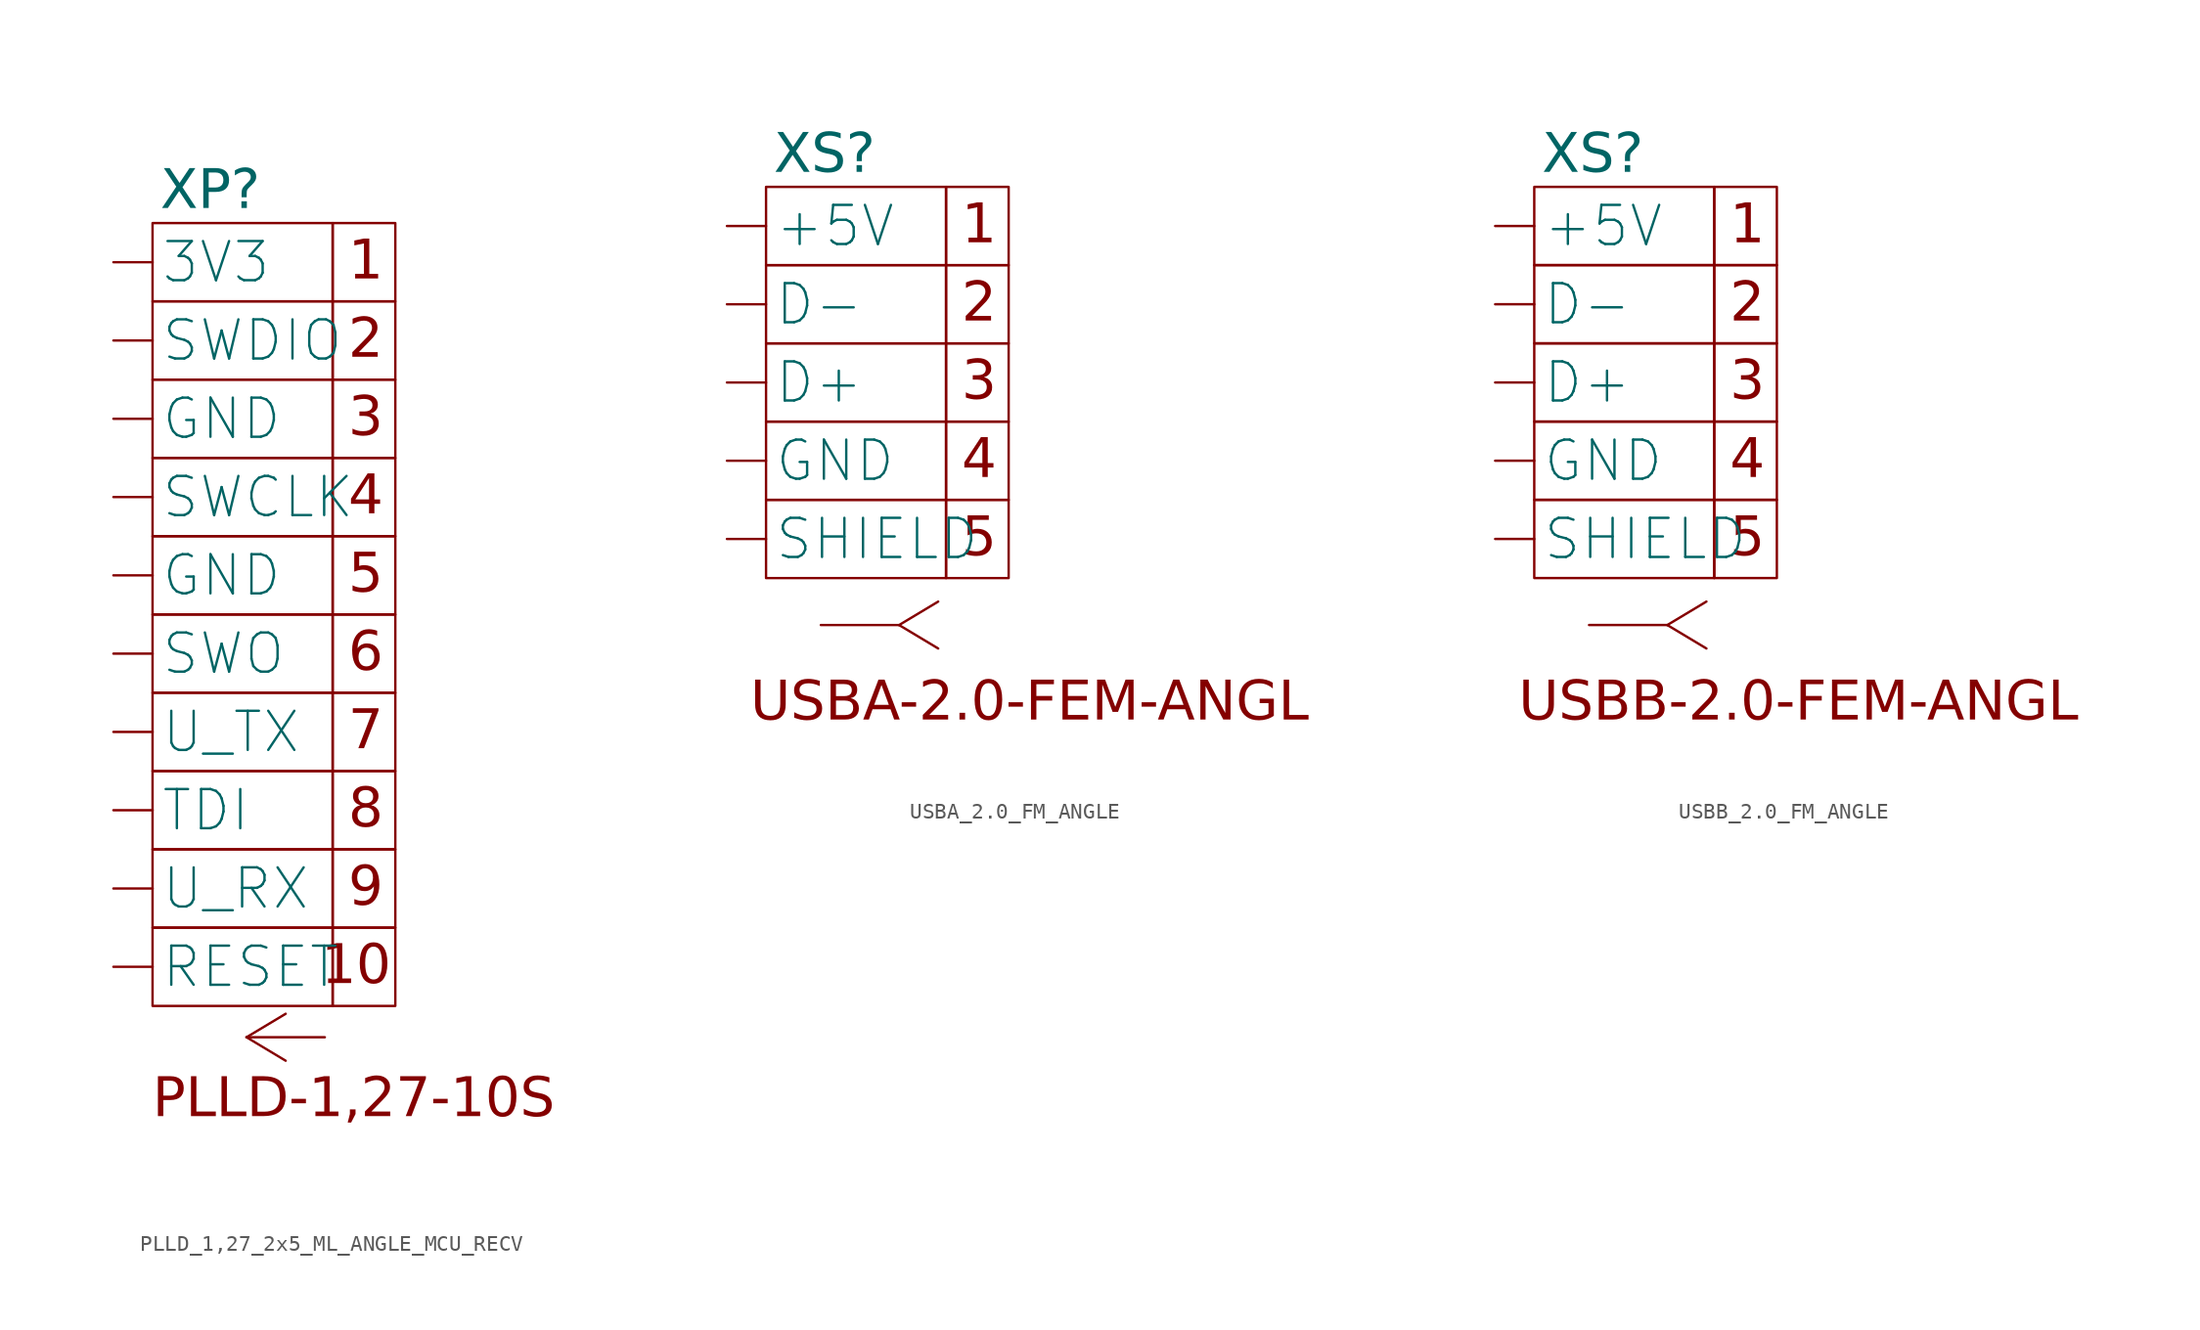
<source format=kicad_sym>
(kicad_symbol_lib
  (version 20220914)
  (generator kicad_symbol_editor)
  (symbol "PLLD_1,27_2x5_ML_ANGLE_MCU_RECV"
    (pin_numbers hide)
    (pin_names
      (offset 0.5))
    (property "Reference" "XP"
      (at 3 4.5 0)
      (effects (font (face "GOST type A") (size 2.5 2.5) italic) (justify left)))
    (property "Value" ""
      (at 0 0 0)
      (effects (font (size 1.27 1.27))))
    (symbol "PLLD_1,27_2x5_ML_ANGLE_MCU_RECV_0_1"
      (polyline (pts (xy 13.5 -49.5) (xy 8.5 -49.5)) (stroke (width 0) (type default)) (fill (type none))))
    (symbol "PLLD_1,27_2x5_ML_ANGLE_MCU_RECV_1_1"
      (polyline (pts (xy 8.5 -49.5) (xy 11 -51)) (stroke (width 0) (type default)) (fill (type none)))
      (polyline (pts (xy 8.5 -49.5) (xy 11 -48)) (stroke (width 0) (type default)) (fill (type none)))
      (rectangle (start 2.5 -42.5) (end 14 -47.5) (stroke (width 0) (type default)) (fill (type none)))
      (rectangle (start 2.5 -37.5) (end 14 -42.5) (stroke (width 0) (type default)) (fill (type none)))
      (rectangle (start 2.5 -32.5) (end 14 -37.5) (stroke (width 0) (type default)) (fill (type none)))
      (rectangle (start 2.5 -27.5) (end 14 -32.5) (stroke (width 0) (type default)) (fill (type none)))
      (rectangle (start 2.5 -22.5) (end 14 -27.5) (stroke (width 0) (type default)) (fill (type none)))
      (rectangle (start 2.5 -17.5) (end 14 -22.5) (stroke (width 0) (type default)) (fill (type none)))
      (rectangle (start 2.5 -12.5) (end 14 -17.5) (stroke (width 0) (type default)) (fill (type none)))
      (rectangle (start 2.5 -7.5) (end 14 -12.5) (stroke (width 0) (type default)) (fill (type none)))
      (rectangle (start 2.5 -2.5) (end 14 -7.5) (stroke (width 0) (type default)) (fill (type none)))
      (rectangle (start 2.5 2.5) (end 14 -2.5) (stroke (width 0) (type default)) (fill (type none)))
      (rectangle (start 14 -42.5) (end 18 -47.5) (stroke (width 0) (type default)) (fill (type none)))
      (rectangle (start 14 -37.5) (end 18 -42.5) (stroke (width 0) (type default)) (fill (type none)))
      (rectangle (start 14 -32.5) (end 18 -37.5) (stroke (width 0) (type default)) (fill (type none)))
      (rectangle (start 14 -27.5) (end 18 -32.5) (stroke (width 0) (type default)) (fill (type none)))
      (rectangle (start 14 -22.5) (end 18 -27.5) (stroke (width 0) (type default)) (fill (type none)))
      (rectangle (start 14 -17.5) (end 18 -22.5) (stroke (width 0) (type default)) (fill (type none)))
      (rectangle (start 14 -12.5) (end 18 -17.5) (stroke (width 0) (type default)) (fill (type none)))
      (rectangle (start 14 -7.5) (end 18 -12.5) (stroke (width 0) (type default)) (fill (type none)))
      (rectangle (start 14 -2.5) (end 18 -7.5) (stroke (width 0) (type default)) (fill (type none)))
      (rectangle (start 14 2.5) (end 18 -2.5) (stroke (width 0) (type default)) (fill (type none)))
      (text "1" (at 15 0 0) (effects (font (face "GOST type A") (size 2.5 2.5) italic) (justify left)))
      (text "10\n" (at 15.5 -45 0) (effects (font (face "GOST type A") (size 2.5 2.5) italic)))
      (text "2" (at 15 -5 0) (effects (font (face "GOST type A") (size 2.5 2.5) italic) (justify left)))
      (text "3" (at 15 -10 0) (effects (font (face "GOST type A") (size 2.5 2.5) italic) (justify left)))
      (text "4" (at 15 -15 0) (effects (font (face "GOST type A") (size 2.5 2.5) italic) (justify left)))
      (text "5" (at 15 -20 0) (effects (font (face "GOST type A") (size 2.5 2.5) italic) (justify left)))
      (text "6" (at 15 -25 0) (effects (font (face "GOST type A") (size 2.5 2.5) italic) (justify left)))
      (text "7" (at 15 -30 0) (effects (font (face "GOST type A") (size 2.5 2.5) italic) (justify left)))
      (text "8" (at 15 -35 0) (effects (font (face "GOST type A") (size 2.5 2.5) italic) (justify left)))
      (text "9" (at 15 -40 0) (effects (font (face "GOST type A") (size 2.5 2.5) italic) (justify left)))
      (text "PLLD-1,27-10S" (at 2.5 -53.5 0) (effects (font (face "GOST type A") (size 2.5 2.5) italic) (justify left)))
      (pin power_out line (at 0 0 0) (length 2.5) (name "3V3" (effects (font (size 2.5 2.5)))) (number "1" (effects (font (size 2.5 2.5)))))
      (pin passive line (at 0 -45 0) (length 2.5) (name "RESET" (effects (font (size 2.5 2.5)))) (number "10" (effects (font (size 2.5 2.5)))))
      (pin passive line (at 0 -5 0) (length 2.5) (name "SWDIO" (effects (font (size 2.5 2.5)))) (number "2" (effects (font (size 2.5 2.5)))))
      (pin power_in line (at 0 -10 0) (length 2.5) (name "GND" (effects (font (size 2.5 2.5)))) (number "3" (effects (font (size 2.5 2.5)))))
      (pin passive line (at 0 -15 0) (length 2.5) (name "SWCLK" (effects (font (size 2.5 2.5)))) (number "4" (effects (font (size 2.5 2.5)))))
      (pin power_in line (at 0 -20 0) (length 2.5) (name "GND" (effects (font (size 2.5 2.5)))) (number "5" (effects (font (size 2.5 2.5)))))
      (pin passive line (at 0 -25 0) (length 2.5) (name "SWO" (effects (font (size 2.5 2.5)))) (number "6" (effects (font (size 2.5 2.5)))))
      (pin passive line (at 0 -30 0) (length 2.5) (name "U_TX" (effects (font (size 2.5 2.5)))) (number "7" (effects (font (size 2.5 2.5)))))
      (pin passive line (at 0 -35 0) (length 2.5) (name "TDI" (effects (font (size 2.5 2.5)))) (number "8" (effects (font (size 2.5 2.5)))))
      (pin passive line (at 0 -40 0) (length 2.5) (name "U_RX" (effects (font (size 2.5 2.5)))) (number "9" (effects (font (size 2.5 2.5)))))))
  (symbol "USBA_2.0_FM_ANGLE"
    (pin_numbers hide)
    (pin_names
      (offset 0.5))
    (property "Reference" "XS"
      (at 3 4.5 0)
      (effects (font (face "GOST type A") (size 2.5 2.5) italic) (justify left)))
    (property "Value" ""
      (at 0 0 0)
      (effects (font (size 1.27 1.27))))
    (symbol "USBA_2.0_FM_ANGLE_0_1"
      (polyline (pts (xy 11 -25.5) (xy 6 -25.5)) (stroke (width 0) (type default)) (fill (type none))))
    (symbol "USBA_2.0_FM_ANGLE_1_1"
      (polyline (pts (xy 11 -25.5) (xy 13.5 -27)) (stroke (width 0) (type default)) (fill (type none)))
      (polyline (pts (xy 11 -25.5) (xy 13.5 -24)) (stroke (width 0) (type default)) (fill (type none)))
      (rectangle (start 2.5 -17.5) (end 14 -22.5) (stroke (width 0) (type default)) (fill (type none)))
      (rectangle (start 2.5 -12.5) (end 14 -17.5) (stroke (width 0) (type default)) (fill (type none)))
      (rectangle (start 2.5 -7.5) (end 14 -12.5) (stroke (width 0) (type default)) (fill (type none)))
      (rectangle (start 2.5 -2.5) (end 14 -7.5) (stroke (width 0) (type default)) (fill (type none)))
      (rectangle (start 2.5 2.5) (end 14 -2.5) (stroke (width 0) (type default)) (fill (type none)))
      (rectangle (start 14 -17.5) (end 18 -22.5) (stroke (width 0) (type default)) (fill (type none)))
      (rectangle (start 14 -12.5) (end 18 -17.5) (stroke (width 0) (type default)) (fill (type none)))
      (rectangle (start 14 -7.5) (end 18 -12.5) (stroke (width 0) (type default)) (fill (type none)))
      (rectangle (start 14 -2.5) (end 18 -7.5) (stroke (width 0) (type default)) (fill (type none)))
      (rectangle (start 14 2.5) (end 18 -2.5) (stroke (width 0) (type default)) (fill (type none)))
      (text "1" (at 15 0 0) (effects (font (face "GOST type A") (size 2.5 2.5) italic) (justify left)))
      (text "2" (at 15 -5 0) (effects (font (face "GOST type A") (size 2.5 2.5) italic) (justify left)))
      (text "3" (at 15 -10 0) (effects (font (face "GOST type A") (size 2.5 2.5) italic) (justify left)))
      (text "4" (at 15 -15 0) (effects (font (face "GOST type A") (size 2.5 2.5) italic) (justify left)))
      (text "5" (at 15 -20 0) (effects (font (face "GOST type A") (size 2.5 2.5) italic) (justify left)))
      (text "USBA-2.0-FEM-ANGL" (at 1.5 -30.5 0) (effects (font (face "GOST type A") (size 2.5 2.5) italic) (justify left)))
      (pin power_in line (at 0 0 0) (length 2.5) (name "+5V" (effects (font (size 2.5 2.5)))) (number "1" (effects (font (size 2.5 2.5)))))
      (pin passive line (at 0 -5 0) (length 2.5) (name "D-" (effects (font (size 2.5 2.5)))) (number "2" (effects (font (size 2.5 2.5)))))
      (pin passive line (at 0 -10 0) (length 2.5) (name "D+" (effects (font (size 2.5 2.5)))) (number "3" (effects (font (size 2.5 2.5)))))
      (pin power_in line (at 0 -15 0) (length 2.5) (name "GND" (effects (font (size 2.5 2.5)))) (number "4" (effects (font (size 2.5 2.5)))))
      (pin passive line (at 0 -20 0) (length 2.5) (name "SHIELD" (effects (font (size 2.5 2.5)))) (number "5" (effects (font (size 2.5 2.5)))))))
  (symbol "USBB_2.0_FM_ANGLE"
    (pin_numbers hide)
    (pin_names
      (offset 0.5))
    (property "Reference" "XS"
      (at 3 4.5 0)
      (effects (font (face "GOST type A") (size 2.5 2.5) italic) (justify left)))
    (property "Value" ""
      (at 0 0 0)
      (effects (font (size 1.27 1.27))))
    (symbol "USBB_2.0_FM_ANGLE_0_1"
      (polyline (pts (xy 11 -25.5) (xy 6 -25.5)) (stroke (width 0) (type default)) (fill (type none))))
    (symbol "USBB_2.0_FM_ANGLE_1_1"
      (polyline (pts (xy 11 -25.5) (xy 13.5 -27)) (stroke (width 0) (type default)) (fill (type none)))
      (polyline (pts (xy 11 -25.5) (xy 13.5 -24)) (stroke (width 0) (type default)) (fill (type none)))
      (rectangle (start 2.5 -17.5) (end 14 -22.5) (stroke (width 0) (type default)) (fill (type none)))
      (rectangle (start 2.5 -12.5) (end 14 -17.5) (stroke (width 0) (type default)) (fill (type none)))
      (rectangle (start 2.5 -7.5) (end 14 -12.5) (stroke (width 0) (type default)) (fill (type none)))
      (rectangle (start 2.5 -2.5) (end 14 -7.5) (stroke (width 0) (type default)) (fill (type none)))
      (rectangle (start 2.5 2.5) (end 14 -2.5) (stroke (width 0) (type default)) (fill (type none)))
      (rectangle (start 14 -17.5) (end 18 -22.5) (stroke (width 0) (type default)) (fill (type none)))
      (rectangle (start 14 -12.5) (end 18 -17.5) (stroke (width 0) (type default)) (fill (type none)))
      (rectangle (start 14 -7.5) (end 18 -12.5) (stroke (width 0) (type default)) (fill (type none)))
      (rectangle (start 14 -2.5) (end 18 -7.5) (stroke (width 0) (type default)) (fill (type none)))
      (rectangle (start 14 2.5) (end 18 -2.5) (stroke (width 0) (type default)) (fill (type none)))
      (text "1" (at 15 0 0) (effects (font (face "GOST type A") (size 2.5 2.5) italic) (justify left)))
      (text "2" (at 15 -5 0) (effects (font (face "GOST type A") (size 2.5 2.5) italic) (justify left)))
      (text "3" (at 15 -10 0) (effects (font (face "GOST type A") (size 2.5 2.5) italic) (justify left)))
      (text "4" (at 15 -15 0) (effects (font (face "GOST type A") (size 2.5 2.5) italic) (justify left)))
      (text "5" (at 15 -20 0) (effects (font (face "GOST type A") (size 2.5 2.5) italic) (justify left)))
      (text "USBB-2.0-FEM-ANGL" (at 1.5 -30.5 0) (effects (font (face "GOST type A") (size 2.5 2.5) italic) (justify left)))
      (pin power_in line (at 0 0 0) (length 2.5) (name "+5V" (effects (font (size 2.5 2.5)))) (number "1" (effects (font (size 2.5 2.5)))))
      (pin passive line (at 0 -5 0) (length 2.5) (name "D-" (effects (font (size 2.5 2.5)))) (number "2" (effects (font (size 2.5 2.5)))))
      (pin passive line (at 0 -10 0) (length 2.5) (name "D+" (effects (font (size 2.5 2.5)))) (number "3" (effects (font (size 2.5 2.5)))))
      (pin power_in line (at 0 -15 0) (length 2.5) (name "GND" (effects (font (size 2.5 2.5)))) (number "4" (effects (font (size 2.5 2.5)))))
      (pin passive line (at 0 -20 0) (length 2.5) (name "SHIELD" (effects (font (size 2.5 2.5)))) (number "5" (effects (font (size 2.5 2.5))))))))
</source>
